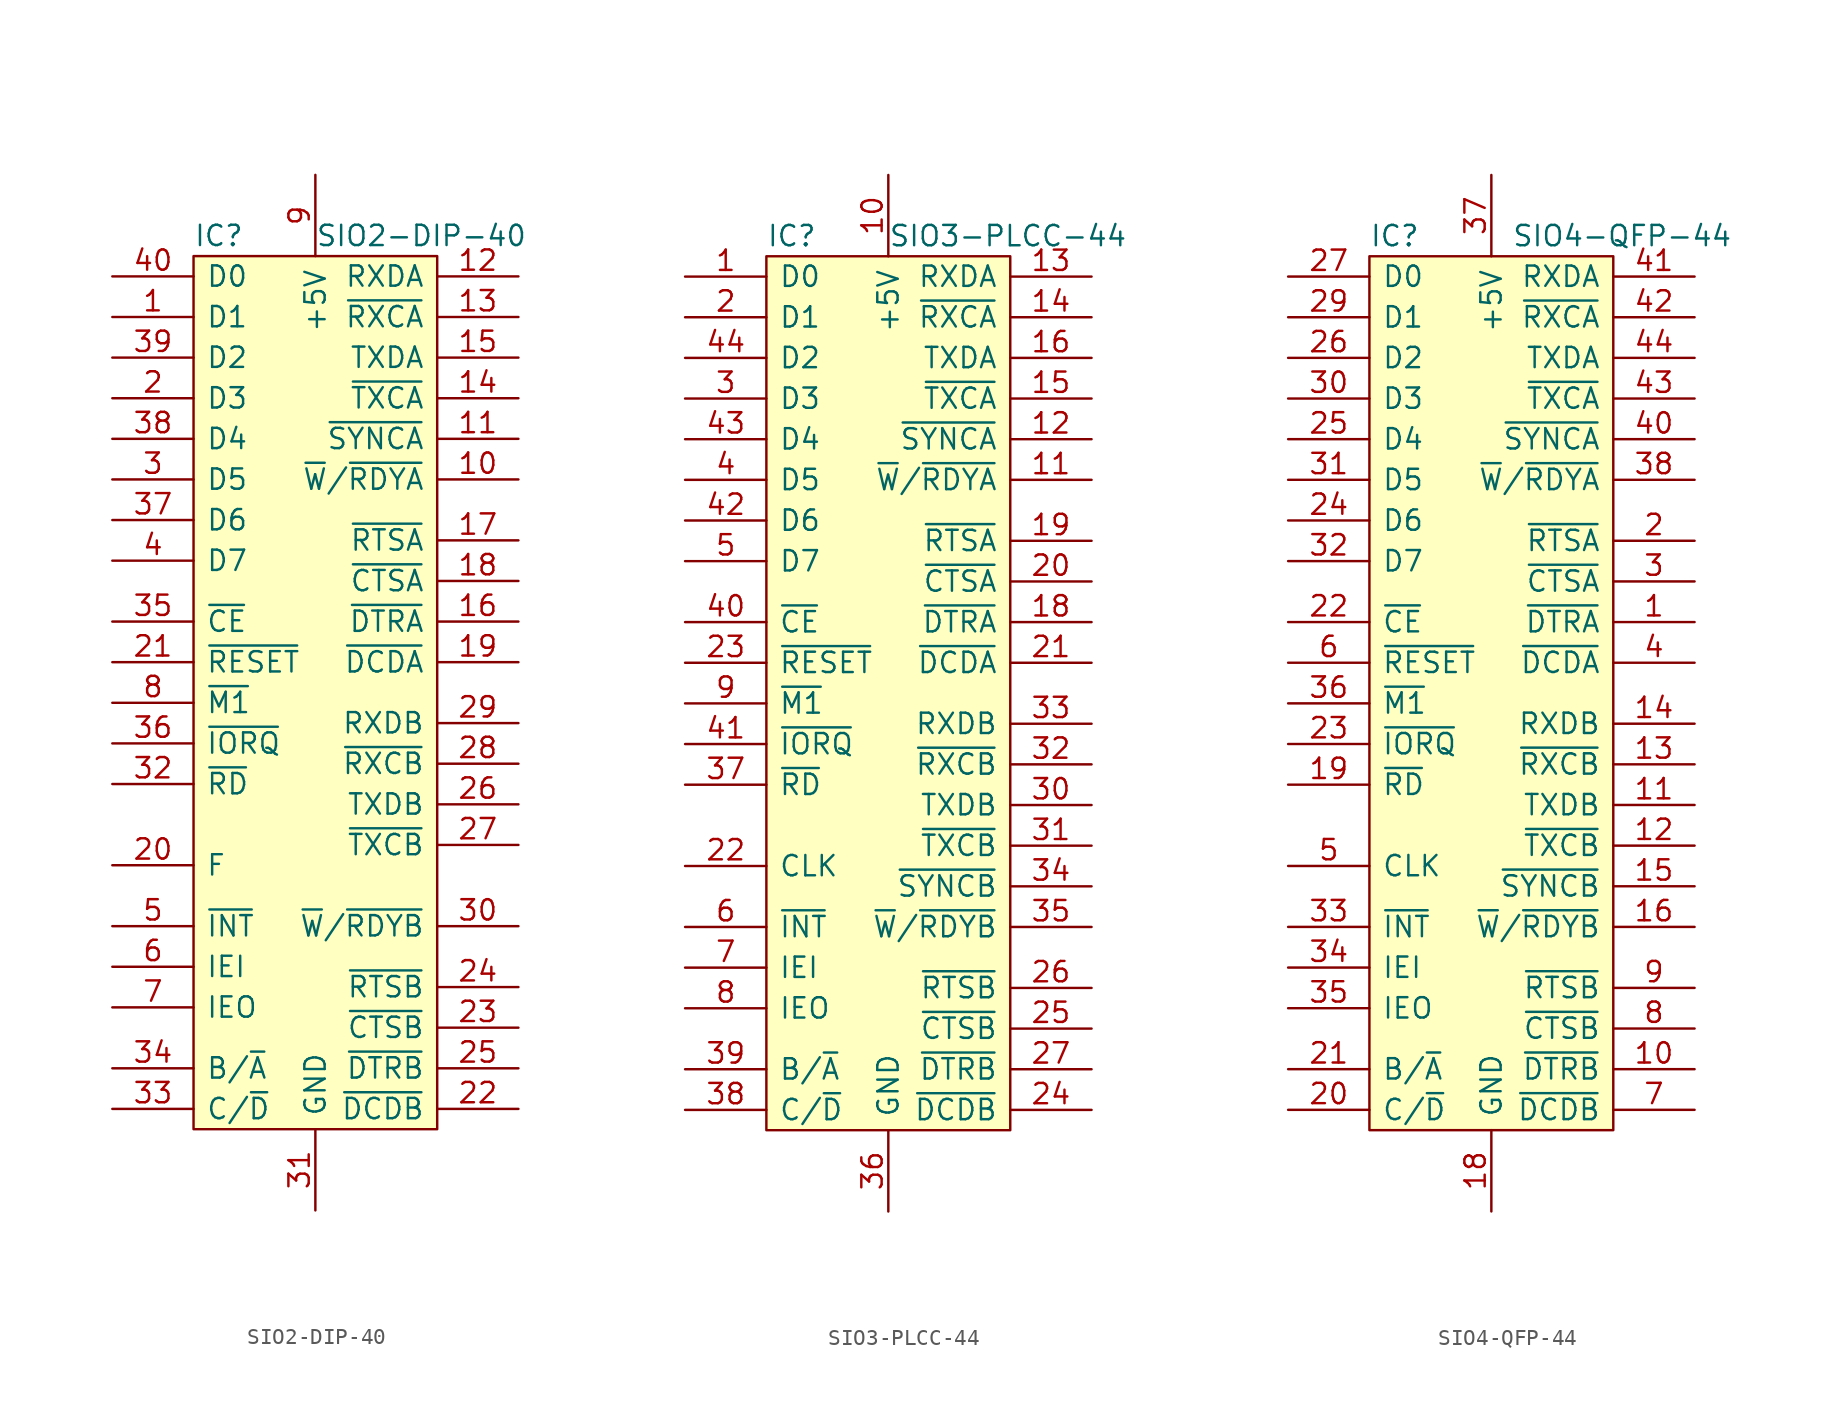
<source format=kicad_sym>
(kicad_symbol_lib
  (version 20220914)
  (generator kicad_symbol_editor)
  (symbol "SIO2-DIP-40"
    (pin_names
      (offset 0.762))
    (property "Reference" "IC"
      (at 0 1.27 0)
      (effects (font (size 1.27 1.27)) (justify left)))
    (property "Value" "SIO2-DIP-40"
      (at 7.62 1.27 0)
      (effects (font (size 1.27 1.27)) (justify left)))
    (symbol "SIO2-DIP-40_0_0"
      (pin bidirectional line (at -5.08 -3.81 0) (length 5.08) (name "D1" (effects (font (size 1.27 1.27)))) (number "1" (effects (font (size 1.27 1.27)))))
      (pin output line (at 20.32 -13.97 180) (length 5.08) (name "~{W}/~{RDYA}" (effects (font (size 1.27 1.27)))) (number "10" (effects (font (size 1.27 1.27)))))
      (pin bidirectional line (at 20.32 -11.43 180) (length 5.08) (name "~{SYNCA}" (effects (font (size 1.27 1.27)))) (number "11" (effects (font (size 1.27 1.27)))))
      (pin input line (at 20.32 -1.27 180) (length 5.08) (name "RXDA" (effects (font (size 1.27 1.27)))) (number "12" (effects (font (size 1.27 1.27)))))
      (pin input line (at 20.32 -3.81 180) (length 5.08) (name "~{RXCA}" (effects (font (size 1.27 1.27)))) (number "13" (effects (font (size 1.27 1.27)))))
      (pin input line (at 20.32 -8.89 180) (length 5.08) (name "~{TXCA}" (effects (font (size 1.27 1.27)))) (number "14" (effects (font (size 1.27 1.27)))))
      (pin output line (at 20.32 -6.35 180) (length 5.08) (name "TXDA" (effects (font (size 1.27 1.27)))) (number "15" (effects (font (size 1.27 1.27)))))
      (pin output line (at 20.32 -22.86 180) (length 5.08) (name "~{DTRA}" (effects (font (size 1.27 1.27)))) (number "16" (effects (font (size 1.27 1.27)))))
      (pin output line (at 20.32 -17.78 180) (length 5.08) (name "~{RTSA}" (effects (font (size 1.27 1.27)))) (number "17" (effects (font (size 1.27 1.27)))))
      (pin input line (at 20.32 -20.32 180) (length 5.08) (name "~{CTSA}" (effects (font (size 1.27 1.27)))) (number "18" (effects (font (size 1.27 1.27)))))
      (pin input line (at 20.32 -25.4 180) (length 5.08) (name "~{DCDA}" (effects (font (size 1.27 1.27)))) (number "19" (effects (font (size 1.27 1.27)))))
      (pin bidirectional line (at -5.08 -8.89 0) (length 5.08) (name "D3" (effects (font (size 1.27 1.27)))) (number "2" (effects (font (size 1.27 1.27)))))
      (pin input line (at -5.08 -38.1 0) (length 5.08) (name "F" (effects (font (size 1.27 1.27)))) (number "20" (effects (font (size 1.27 1.27)))))
      (pin input line (at -5.08 -25.4 0) (length 5.08) (name "~{RESET}" (effects (font (size 1.27 1.27)))) (number "21" (effects (font (size 1.27 1.27)))))
      (pin input line (at 20.32 -53.34 180) (length 5.08) (name "~{DCDB}" (effects (font (size 1.27 1.27)))) (number "22" (effects (font (size 1.27 1.27)))))
      (pin input line (at 20.32 -48.26 180) (length 5.08) (name "~{CTSB}" (effects (font (size 1.27 1.27)))) (number "23" (effects (font (size 1.27 1.27)))))
      (pin output line (at 20.32 -45.72 180) (length 5.08) (name "~{RTSB}" (effects (font (size 1.27 1.27)))) (number "24" (effects (font (size 1.27 1.27)))))
      (pin output line (at 20.32 -50.8 180) (length 5.08) (name "~{DTRB}" (effects (font (size 1.27 1.27)))) (number "25" (effects (font (size 1.27 1.27)))))
      (pin output line (at 20.32 -34.29 180) (length 5.08) (name "TXDB" (effects (font (size 1.27 1.27)))) (number "26" (effects (font (size 1.27 1.27)))))
      (pin input line (at 20.32 -36.83 180) (length 5.08) (name "~{TXCB}" (effects (font (size 1.27 1.27)))) (number "27" (effects (font (size 1.27 1.27)))))
      (pin input line (at 20.32 -31.75 180) (length 5.08) (name "~{RXCB}" (effects (font (size 1.27 1.27)))) (number "28" (effects (font (size 1.27 1.27)))))
      (pin input line (at 20.32 -29.21 180) (length 5.08) (name "RXDB" (effects (font (size 1.27 1.27)))) (number "29" (effects (font (size 1.27 1.27)))))
      (pin bidirectional line (at -5.08 -13.97 0) (length 5.08) (name "D5" (effects (font (size 1.27 1.27)))) (number "3" (effects (font (size 1.27 1.27)))))
      (pin output line (at 20.32 -41.91 180) (length 5.08) (name "~{W}/~{RDYB}" (effects (font (size 1.27 1.27)))) (number "30" (effects (font (size 1.27 1.27)))))
      (pin power_in line (at 7.62 -59.69 90) (length 5.08) (name "GND" (effects (font (size 1.27 1.27)))) (number "31" (effects (font (size 1.27 1.27)))))
      (pin input line (at -5.08 -33.02 0) (length 5.08) (name "~{RD}" (effects (font (size 1.27 1.27)))) (number "32" (effects (font (size 1.27 1.27)))))
      (pin input line (at -5.08 -53.34 0) (length 5.08) (name "C/~{D}" (effects (font (size 1.27 1.27)))) (number "33" (effects (font (size 1.27 1.27)))))
      (pin input line (at -5.08 -50.8 0) (length 5.08) (name "B/~{A}" (effects (font (size 1.27 1.27)))) (number "34" (effects (font (size 1.27 1.27)))))
      (pin input line (at -5.08 -22.86 0) (length 5.08) (name "~{CE}" (effects (font (size 1.27 1.27)))) (number "35" (effects (font (size 1.27 1.27)))))
      (pin input line (at -5.08 -30.48 0) (length 5.08) (name "~{IORQ}" (effects (font (size 1.27 1.27)))) (number "36" (effects (font (size 1.27 1.27)))))
      (pin bidirectional line (at -5.08 -16.51 0) (length 5.08) (name "D6" (effects (font (size 1.27 1.27)))) (number "37" (effects (font (size 1.27 1.27)))))
      (pin bidirectional line (at -5.08 -11.43 0) (length 5.08) (name "D4" (effects (font (size 1.27 1.27)))) (number "38" (effects (font (size 1.27 1.27)))))
      (pin bidirectional line (at -5.08 -6.35 0) (length 5.08) (name "D2" (effects (font (size 1.27 1.27)))) (number "39" (effects (font (size 1.27 1.27)))))
      (pin bidirectional line (at -5.08 -19.05 0) (length 5.08) (name "D7" (effects (font (size 1.27 1.27)))) (number "4" (effects (font (size 1.27 1.27)))))
      (pin bidirectional line (at -5.08 -1.27 0) (length 5.08) (name "D0" (effects (font (size 1.27 1.27)))) (number "40" (effects (font (size 1.27 1.27)))))
      (pin open_collector line (at -5.08 -41.91 0) (length 5.08) (name "~{INT}" (effects (font (size 1.27 1.27)))) (number "5" (effects (font (size 1.27 1.27)))))
      (pin input line (at -5.08 -44.45 0) (length 5.08) (name "IEI" (effects (font (size 1.27 1.27)))) (number "6" (effects (font (size 1.27 1.27)))))
      (pin output line (at -5.08 -46.99 0) (length 5.08) (name "IEO" (effects (font (size 1.27 1.27)))) (number "7" (effects (font (size 1.27 1.27)))))
      (pin input line (at -5.08 -27.94 0) (length 5.08) (name "~{M1}" (effects (font (size 1.27 1.27)))) (number "8" (effects (font (size 1.27 1.27)))))
      (pin power_in line (at 7.62 5.08 270) (length 5.08) (name "+5V" (effects (font (size 1.27 1.27)))) (number "9" (effects (font (size 1.27 1.27))))))
    (symbol "SIO2-DIP-40_0_1"
      (rectangle (start 0 0) (end 15.24 -54.61) (stroke (width 0) (type solid)) (fill (type background)))))
  (symbol "SIO3-PLCC-44"
    (pin_names
      (offset 0.762))
    (property "Reference" "IC"
      (at 0 1.27 0)
      (effects (font (size 1.27 1.27)) (justify left)))
    (property "Value" "SIO3-PLCC-44"
      (at 7.62 1.27 0)
      (effects (font (size 1.27 1.27)) (justify left)))
    (symbol "SIO3-PLCC-44_0_0"
      (pin bidirectional line (at -5.08 -1.27 0) (length 5.08) (name "D0" (effects (font (size 1.27 1.27)))) (number "1" (effects (font (size 1.27 1.27)))))
      (pin power_in line (at 7.62 5.08 270) (length 5.08) (name "+5V" (effects (font (size 1.27 1.27)))) (number "10" (effects (font (size 1.27 1.27)))))
      (pin output line (at 20.32 -13.97 180) (length 5.08) (name "~{W}/~{RDYA}" (effects (font (size 1.27 1.27)))) (number "11" (effects (font (size 1.27 1.27)))))
      (pin bidirectional line (at 20.32 -11.43 180) (length 5.08) (name "~{SYNCA}" (effects (font (size 1.27 1.27)))) (number "12" (effects (font (size 1.27 1.27)))))
      (pin input line (at 20.32 -1.27 180) (length 5.08) (name "RXDA" (effects (font (size 1.27 1.27)))) (number "13" (effects (font (size 1.27 1.27)))))
      (pin input line (at 20.32 -3.81 180) (length 5.08) (name "~{RXCA}" (effects (font (size 1.27 1.27)))) (number "14" (effects (font (size 1.27 1.27)))))
      (pin input line (at 20.32 -8.89 180) (length 5.08) (name "~{TXCA}" (effects (font (size 1.27 1.27)))) (number "15" (effects (font (size 1.27 1.27)))))
      (pin output line (at 20.32 -6.35 180) (length 5.08) (name "TXDA" (effects (font (size 1.27 1.27)))) (number "16" (effects (font (size 1.27 1.27)))))
      (pin no_connect line (at 11.43 -21.59 0) (length 2.54) hide (name "NC" (effects (font (size 1.27 1.27)))) (number "17" (effects (font (size 1.27 1.27)))))
      (pin output line (at 20.32 -22.86 180) (length 5.08) (name "~{DTRA}" (effects (font (size 1.27 1.27)))) (number "18" (effects (font (size 1.27 1.27)))))
      (pin output line (at 20.32 -17.78 180) (length 5.08) (name "~{RTSA}" (effects (font (size 1.27 1.27)))) (number "19" (effects (font (size 1.27 1.27)))))
      (pin bidirectional line (at -5.08 -3.81 0) (length 5.08) (name "D1" (effects (font (size 1.27 1.27)))) (number "2" (effects (font (size 1.27 1.27)))))
      (pin input line (at 20.32 -20.32 180) (length 5.08) (name "~{CTSA}" (effects (font (size 1.27 1.27)))) (number "20" (effects (font (size 1.27 1.27)))))
      (pin input line (at 20.32 -25.4 180) (length 5.08) (name "~{DCDA}" (effects (font (size 1.27 1.27)))) (number "21" (effects (font (size 1.27 1.27)))))
      (pin input line (at -5.08 -38.1 0) (length 5.08) (name "CLK" (effects (font (size 1.27 1.27)))) (number "22" (effects (font (size 1.27 1.27)))))
      (pin input line (at -5.08 -25.4 0) (length 5.08) (name "~{RESET}" (effects (font (size 1.27 1.27)))) (number "23" (effects (font (size 1.27 1.27)))))
      (pin input line (at 20.32 -53.34 180) (length 5.08) (name "~{DCDB}" (effects (font (size 1.27 1.27)))) (number "24" (effects (font (size 1.27 1.27)))))
      (pin input line (at 20.32 -48.26 180) (length 5.08) (name "~{CTSB}" (effects (font (size 1.27 1.27)))) (number "25" (effects (font (size 1.27 1.27)))))
      (pin output line (at 20.32 -45.72 180) (length 5.08) (name "~{RTSB}" (effects (font (size 1.27 1.27)))) (number "26" (effects (font (size 1.27 1.27)))))
      (pin output line (at 20.32 -50.8 180) (length 5.08) (name "~{DTRB}" (effects (font (size 1.27 1.27)))) (number "27" (effects (font (size 1.27 1.27)))))
      (pin no_connect line (at 11.43 -16.51 0) (length 2.54) hide (name "NC" (effects (font (size 1.27 1.27)))) (number "28" (effects (font (size 1.27 1.27)))))
      (pin no_connect line (at 11.43 -19.05 0) (length 2.54) hide (name "NC" (effects (font (size 1.27 1.27)))) (number "29" (effects (font (size 1.27 1.27)))))
      (pin bidirectional line (at -5.08 -8.89 0) (length 5.08) (name "D3" (effects (font (size 1.27 1.27)))) (number "3" (effects (font (size 1.27 1.27)))))
      (pin output line (at 20.32 -34.29 180) (length 5.08) (name "TXDB" (effects (font (size 1.27 1.27)))) (number "30" (effects (font (size 1.27 1.27)))))
      (pin input line (at 20.32 -36.83 180) (length 5.08) (name "~{TXCB}" (effects (font (size 1.27 1.27)))) (number "31" (effects (font (size 1.27 1.27)))))
      (pin input line (at 20.32 -31.75 180) (length 5.08) (name "~{RXCB}" (effects (font (size 1.27 1.27)))) (number "32" (effects (font (size 1.27 1.27)))))
      (pin input line (at 20.32 -29.21 180) (length 5.08) (name "RXDB" (effects (font (size 1.27 1.27)))) (number "33" (effects (font (size 1.27 1.27)))))
      (pin bidirectional line (at 20.32 -39.37 180) (length 5.08) (name "~{SYNCB}" (effects (font (size 1.27 1.27)))) (number "34" (effects (font (size 1.27 1.27)))))
      (pin output line (at 20.32 -41.91 180) (length 5.08) (name "~{W}/~{RDYB}" (effects (font (size 1.27 1.27)))) (number "35" (effects (font (size 1.27 1.27)))))
      (pin power_in line (at 7.62 -59.69 90) (length 5.08) (name "GND" (effects (font (size 1.27 1.27)))) (number "36" (effects (font (size 1.27 1.27)))))
      (pin input line (at -5.08 -33.02 0) (length 5.08) (name "~{RD}" (effects (font (size 1.27 1.27)))) (number "37" (effects (font (size 1.27 1.27)))))
      (pin input line (at -5.08 -53.34 0) (length 5.08) (name "C/~{D}" (effects (font (size 1.27 1.27)))) (number "38" (effects (font (size 1.27 1.27)))))
      (pin input line (at -5.08 -50.8 0) (length 5.08) (name "B/~{A}" (effects (font (size 1.27 1.27)))) (number "39" (effects (font (size 1.27 1.27)))))
      (pin bidirectional line (at -5.08 -13.97 0) (length 5.08) (name "D5" (effects (font (size 1.27 1.27)))) (number "4" (effects (font (size 1.27 1.27)))))
      (pin input line (at -5.08 -22.86 0) (length 5.08) (name "~{CE}" (effects (font (size 1.27 1.27)))) (number "40" (effects (font (size 1.27 1.27)))))
      (pin input line (at -5.08 -30.48 0) (length 5.08) (name "~{IORQ}" (effects (font (size 1.27 1.27)))) (number "41" (effects (font (size 1.27 1.27)))))
      (pin bidirectional line (at -5.08 -16.51 0) (length 5.08) (name "D6" (effects (font (size 1.27 1.27)))) (number "42" (effects (font (size 1.27 1.27)))))
      (pin bidirectional line (at -5.08 -11.43 0) (length 5.08) (name "D4" (effects (font (size 1.27 1.27)))) (number "43" (effects (font (size 1.27 1.27)))))
      (pin bidirectional line (at -5.08 -6.35 0) (length 5.08) (name "D2" (effects (font (size 1.27 1.27)))) (number "44" (effects (font (size 1.27 1.27)))))
      (pin bidirectional line (at -5.08 -19.05 0) (length 5.08) (name "D7" (effects (font (size 1.27 1.27)))) (number "5" (effects (font (size 1.27 1.27)))))
      (pin open_collector line (at -5.08 -41.91 0) (length 5.08) (name "~{INT}" (effects (font (size 1.27 1.27)))) (number "6" (effects (font (size 1.27 1.27)))))
      (pin input line (at -5.08 -44.45 0) (length 5.08) (name "IEI" (effects (font (size 1.27 1.27)))) (number "7" (effects (font (size 1.27 1.27)))))
      (pin output line (at -5.08 -46.99 0) (length 5.08) (name "IEO" (effects (font (size 1.27 1.27)))) (number "8" (effects (font (size 1.27 1.27)))))
      (pin input line (at -5.08 -27.94 0) (length 5.08) (name "~{M1}" (effects (font (size 1.27 1.27)))) (number "9" (effects (font (size 1.27 1.27))))))
    (symbol "SIO3-PLCC-44_0_1"
      (rectangle (start 0 0) (end 15.24 -54.61) (stroke (width 0) (type solid)) (fill (type background)))))
  (symbol "SIO4-QFP-44"
    (pin_names
      (offset 0.762))
    (property "Reference" "IC"
      (at 0 1.27 0)
      (effects (font (size 1.27 1.27)) (justify left)))
    (property "Value" "SIO4-QFP-44"
      (at 8.89 1.27 0)
      (effects (font (size 1.27 1.27)) (justify left)))
    (symbol "SIO4-QFP-44_0_0"
      (pin output line (at 20.32 -22.86 180) (length 5.08) (name "~{DTRA}" (effects (font (size 1.27 1.27)))) (number "1" (effects (font (size 1.27 1.27)))))
      (pin output line (at 20.32 -50.8 180) (length 5.08) (name "~{DTRB}" (effects (font (size 1.27 1.27)))) (number "10" (effects (font (size 1.27 1.27)))))
      (pin output line (at 20.32 -34.29 180) (length 5.08) (name "TXDB" (effects (font (size 1.27 1.27)))) (number "11" (effects (font (size 1.27 1.27)))))
      (pin input line (at 20.32 -36.83 180) (length 5.08) (name "~{TXCB}" (effects (font (size 1.27 1.27)))) (number "12" (effects (font (size 1.27 1.27)))))
      (pin input line (at 20.32 -31.75 180) (length 5.08) (name "~{RXCB}" (effects (font (size 1.27 1.27)))) (number "13" (effects (font (size 1.27 1.27)))))
      (pin input line (at 20.32 -29.21 180) (length 5.08) (name "RXDB" (effects (font (size 1.27 1.27)))) (number "14" (effects (font (size 1.27 1.27)))))
      (pin bidirectional line (at 20.32 -39.37 180) (length 5.08) (name "~{SYNCB}" (effects (font (size 1.27 1.27)))) (number "15" (effects (font (size 1.27 1.27)))))
      (pin output line (at 20.32 -41.91 180) (length 5.08) (name "~{W}/~{RDYB}" (effects (font (size 1.27 1.27)))) (number "16" (effects (font (size 1.27 1.27)))))
      (pin no_connect line (at 11.43 -11.43 0) (length 2.54) hide (name "NC" (effects (font (size 1.27 1.27)))) (number "17" (effects (font (size 1.27 1.27)))))
      (pin power_in line (at 7.62 -59.69 90) (length 5.08) (name "GND" (effects (font (size 1.27 1.27)))) (number "18" (effects (font (size 1.27 1.27)))))
      (pin input line (at -5.08 -33.02 0) (length 5.08) (name "~{RD}" (effects (font (size 1.27 1.27)))) (number "19" (effects (font (size 1.27 1.27)))))
      (pin output line (at 20.32 -17.78 180) (length 5.08) (name "~{RTSA}" (effects (font (size 1.27 1.27)))) (number "2" (effects (font (size 1.27 1.27)))))
      (pin input line (at -5.08 -53.34 0) (length 5.08) (name "C/~{D}" (effects (font (size 1.27 1.27)))) (number "20" (effects (font (size 1.27 1.27)))))
      (pin input line (at -5.08 -50.8 0) (length 5.08) (name "B/~{A}" (effects (font (size 1.27 1.27)))) (number "21" (effects (font (size 1.27 1.27)))))
      (pin input line (at -5.08 -22.86 0) (length 5.08) (name "~{CE}" (effects (font (size 1.27 1.27)))) (number "22" (effects (font (size 1.27 1.27)))))
      (pin input line (at -5.08 -30.48 0) (length 5.08) (name "~{IORQ}" (effects (font (size 1.27 1.27)))) (number "23" (effects (font (size 1.27 1.27)))))
      (pin bidirectional line (at -5.08 -16.51 0) (length 5.08) (name "D6" (effects (font (size 1.27 1.27)))) (number "24" (effects (font (size 1.27 1.27)))))
      (pin bidirectional line (at -5.08 -11.43 0) (length 5.08) (name "D4" (effects (font (size 1.27 1.27)))) (number "25" (effects (font (size 1.27 1.27)))))
      (pin bidirectional line (at -5.08 -6.35 0) (length 5.08) (name "D2" (effects (font (size 1.27 1.27)))) (number "26" (effects (font (size 1.27 1.27)))))
      (pin bidirectional line (at -5.08 -1.27 0) (length 5.08) (name "D0" (effects (font (size 1.27 1.27)))) (number "27" (effects (font (size 1.27 1.27)))))
      (pin no_connect line (at 11.43 -13.97 0) (length 2.54) hide (name "NC" (effects (font (size 1.27 1.27)))) (number "28" (effects (font (size 1.27 1.27)))))
      (pin bidirectional line (at -5.08 -3.81 0) (length 5.08) (name "D1" (effects (font (size 1.27 1.27)))) (number "29" (effects (font (size 1.27 1.27)))))
      (pin input line (at 20.32 -20.32 180) (length 5.08) (name "~{CTSA}" (effects (font (size 1.27 1.27)))) (number "3" (effects (font (size 1.27 1.27)))))
      (pin bidirectional line (at -5.08 -8.89 0) (length 5.08) (name "D3" (effects (font (size 1.27 1.27)))) (number "30" (effects (font (size 1.27 1.27)))))
      (pin bidirectional line (at -5.08 -13.97 0) (length 5.08) (name "D5" (effects (font (size 1.27 1.27)))) (number "31" (effects (font (size 1.27 1.27)))))
      (pin bidirectional line (at -5.08 -19.05 0) (length 5.08) (name "D7" (effects (font (size 1.27 1.27)))) (number "32" (effects (font (size 1.27 1.27)))))
      (pin open_collector line (at -5.08 -41.91 0) (length 5.08) (name "~{INT}" (effects (font (size 1.27 1.27)))) (number "33" (effects (font (size 1.27 1.27)))))
      (pin input line (at -5.08 -44.45 0) (length 5.08) (name "IEI" (effects (font (size 1.27 1.27)))) (number "34" (effects (font (size 1.27 1.27)))))
      (pin output line (at -5.08 -46.99 0) (length 5.08) (name "IEO" (effects (font (size 1.27 1.27)))) (number "35" (effects (font (size 1.27 1.27)))))
      (pin input line (at -5.08 -27.94 0) (length 5.08) (name "~{M1}" (effects (font (size 1.27 1.27)))) (number "36" (effects (font (size 1.27 1.27)))))
      (pin power_in line (at 7.62 5.08 270) (length 5.08) (name "+5V" (effects (font (size 1.27 1.27)))) (number "37" (effects (font (size 1.27 1.27)))))
      (pin output line (at 20.32 -13.97 180) (length 5.08) (name "~{W}/~{RDYA}" (effects (font (size 1.27 1.27)))) (number "38" (effects (font (size 1.27 1.27)))))
      (pin no_connect line (at 11.43 -16.51 0) (length 2.54) hide (name "NC" (effects (font (size 1.27 1.27)))) (number "39" (effects (font (size 1.27 1.27)))))
      (pin input line (at 20.32 -25.4 180) (length 5.08) (name "~{DCDA}" (effects (font (size 1.27 1.27)))) (number "4" (effects (font (size 1.27 1.27)))))
      (pin bidirectional line (at 20.32 -11.43 180) (length 5.08) (name "~{SYNCA}" (effects (font (size 1.27 1.27)))) (number "40" (effects (font (size 1.27 1.27)))))
      (pin input line (at 20.32 -1.27 180) (length 5.08) (name "RXDA" (effects (font (size 1.27 1.27)))) (number "41" (effects (font (size 1.27 1.27)))))
      (pin input line (at 20.32 -3.81 180) (length 5.08) (name "~{RXCA}" (effects (font (size 1.27 1.27)))) (number "42" (effects (font (size 1.27 1.27)))))
      (pin input line (at 20.32 -8.89 180) (length 5.08) (name "~{TXCA}" (effects (font (size 1.27 1.27)))) (number "43" (effects (font (size 1.27 1.27)))))
      (pin output line (at 20.32 -6.35 180) (length 5.08) (name "TXDA" (effects (font (size 1.27 1.27)))) (number "44" (effects (font (size 1.27 1.27)))))
      (pin input line (at -5.08 -38.1 0) (length 5.08) (name "CLK" (effects (font (size 1.27 1.27)))) (number "5" (effects (font (size 1.27 1.27)))))
      (pin input line (at -5.08 -25.4 0) (length 5.08) (name "~{RESET}" (effects (font (size 1.27 1.27)))) (number "6" (effects (font (size 1.27 1.27)))))
      (pin input line (at 20.32 -53.34 180) (length 5.08) (name "~{DCDB}" (effects (font (size 1.27 1.27)))) (number "7" (effects (font (size 1.27 1.27)))))
      (pin input line (at 20.32 -48.26 180) (length 5.08) (name "~{CTSB}" (effects (font (size 1.27 1.27)))) (number "8" (effects (font (size 1.27 1.27)))))
      (pin output line (at 20.32 -45.72 180) (length 5.08) (name "~{RTSB}" (effects (font (size 1.27 1.27)))) (number "9" (effects (font (size 1.27 1.27))))))
    (symbol "SIO4-QFP-44_0_1"
      (rectangle (start 0 0) (end 15.24 -54.61) (stroke (width 0) (type solid)) (fill (type background))))))
</source>
